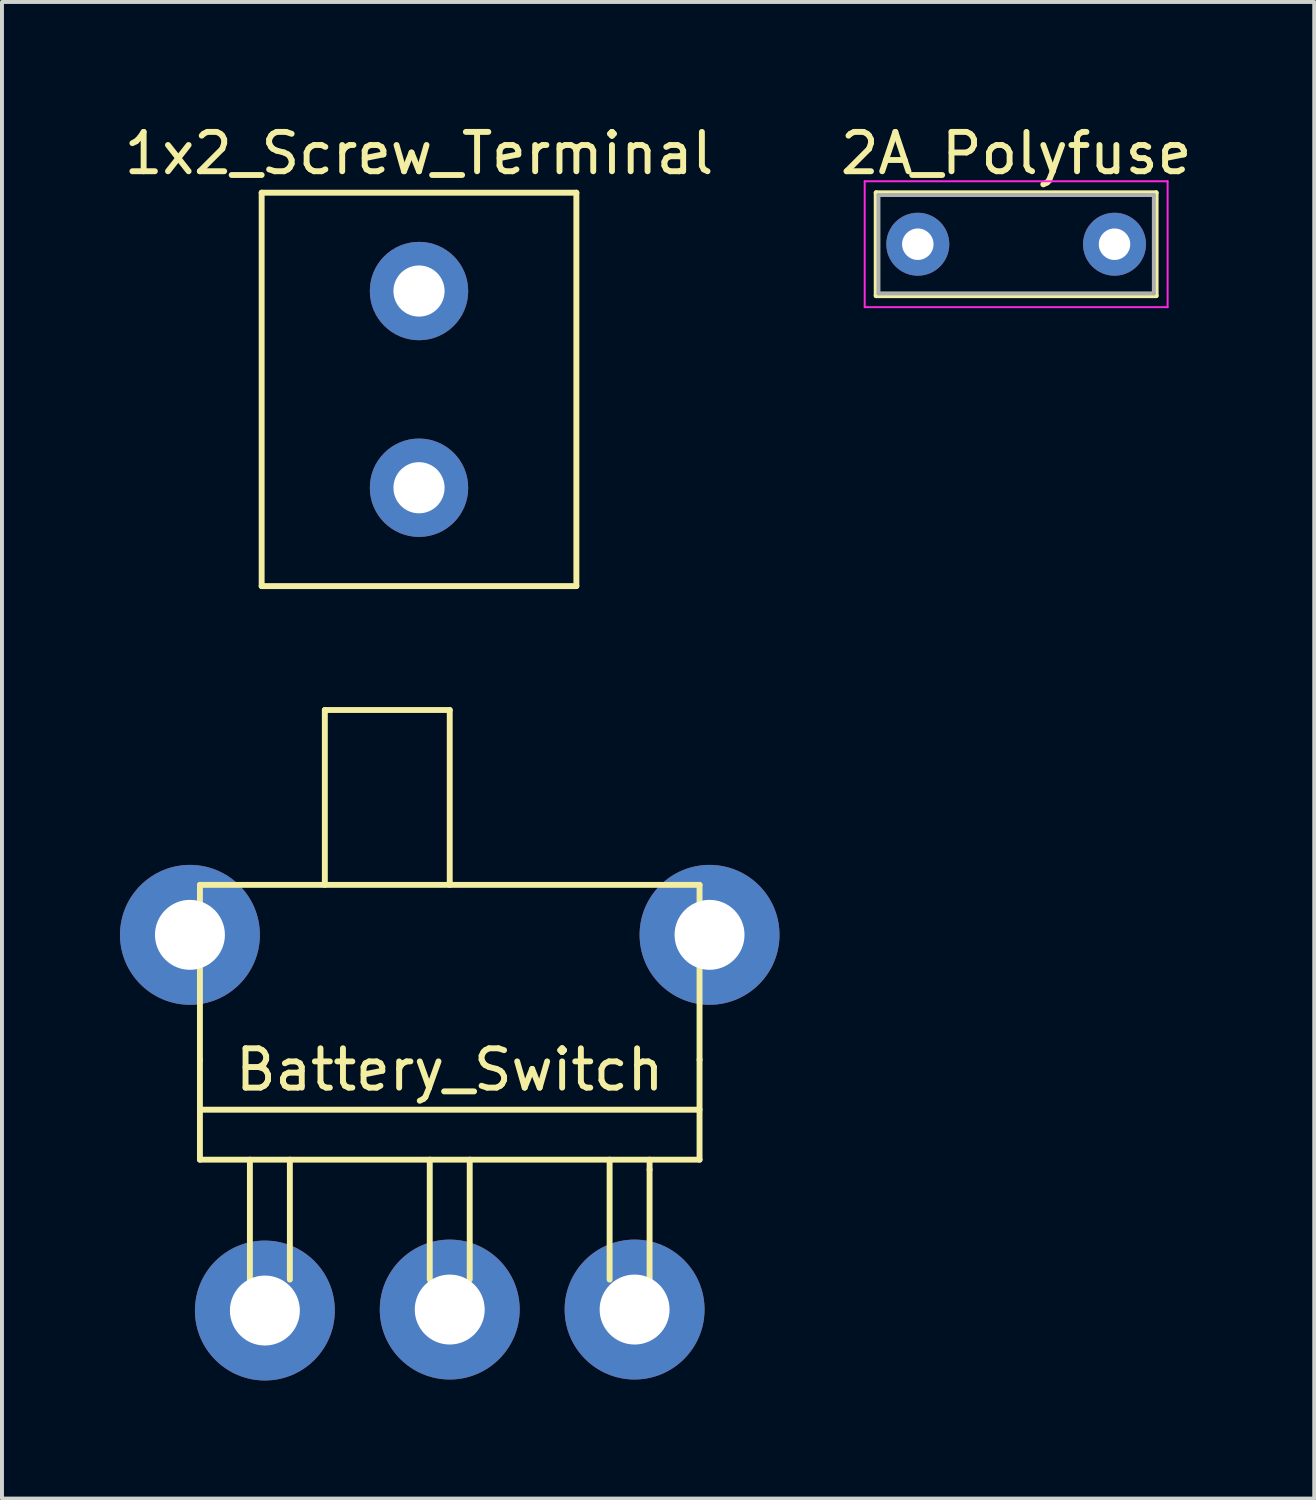
<source format=kicad_pcb>
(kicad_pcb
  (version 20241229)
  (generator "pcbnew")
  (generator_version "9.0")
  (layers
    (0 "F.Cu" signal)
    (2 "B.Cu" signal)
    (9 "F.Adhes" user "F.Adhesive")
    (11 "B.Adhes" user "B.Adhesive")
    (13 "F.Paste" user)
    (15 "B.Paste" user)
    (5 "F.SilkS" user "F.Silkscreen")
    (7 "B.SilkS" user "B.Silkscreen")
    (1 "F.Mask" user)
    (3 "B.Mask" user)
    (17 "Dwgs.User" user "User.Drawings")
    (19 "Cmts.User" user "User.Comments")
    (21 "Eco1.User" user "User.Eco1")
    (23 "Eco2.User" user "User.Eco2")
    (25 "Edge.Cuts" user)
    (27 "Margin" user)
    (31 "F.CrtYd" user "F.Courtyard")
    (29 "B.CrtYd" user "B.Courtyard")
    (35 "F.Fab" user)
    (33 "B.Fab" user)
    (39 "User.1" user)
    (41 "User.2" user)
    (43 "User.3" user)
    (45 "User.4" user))
  (footprint "Battery_Switch"
    (layer "F.Cu")
    (at 8.382 30.238)
    (property "Reference" "Battery_Switch" (at 0 -6.096 0) (layer "F.SilkS") (effects (font (size 1 1) (thickness 0.15))))
    (attr through_hole)
    (fp_line (start -6.35 -10.795) (end -6.35 -6.35) (stroke (width 0.15) (type solid)) (layer "F.SilkS"))
    (fp_line (start -6.35 -6.35) (end -6.35 -3.81) (stroke (width 0.15) (type solid)) (layer "F.SilkS"))
    (fp_line (start -6.35 -5.08) (end 6.35 -5.08) (stroke (width 0.15) (type solid)) (layer "F.SilkS"))
    (fp_line (start -6.35 -3.81) (end 6.35 -3.81) (stroke (width 0.15) (type solid)) (layer "F.SilkS"))
    (fp_line (start -5.08 -3.81) (end -5.08 -0.762) (stroke (width 0.15) (type solid)) (layer "F.SilkS"))
    (fp_line (start -4.064 -3.81) (end -4.064 -0.762) (stroke (width 0.15) (type solid)) (layer "F.SilkS"))
    (fp_line (start -3.175 -15.24) (end -3.175 -10.795) (stroke (width 0.15) (type solid)) (layer "F.SilkS"))
    (fp_line (start -0.508 -3.81) (end -0.508 -0.762) (stroke (width 0.15) (type solid)) (layer "F.SilkS"))
    (fp_line (start 0 -15.24) (end -3.175 -15.24) (stroke (width 0.15) (type solid)) (layer "F.SilkS"))
    (fp_line (start 0 -15.24) (end 0 -10.795) (stroke (width 0.15) (type solid)) (layer "F.SilkS"))
    (fp_line (start 0.508 -3.81) (end 0.508 -0.762) (stroke (width 0.15) (type solid)) (layer "F.SilkS"))
    (fp_line (start 4.064 -3.81) (end 4.064 -0.762) (stroke (width 0.15) (type solid)) (layer "F.SilkS"))
    (fp_line (start 5.08 -3.556) (end 5.08 -3.81) (stroke (width 0.15) (type solid)) (layer "F.SilkS"))
    (fp_line (start 5.08 -3.556) (end 5.08 -0.762) (stroke (width 0.15) (type solid)) (layer "F.SilkS"))
    (fp_line (start 6.35 -10.795) (end -6.35 -10.795) (stroke (width 0.15) (type solid)) (layer "F.SilkS"))
    (fp_line (start 6.35 -10.795) (end 6.35 -6.35) (stroke (width 0.15) (type solid)) (layer "F.SilkS"))
    (fp_line (start 6.35 -3.81) (end 6.35 -6.35) (stroke (width 0.15) (type solid)) (layer "F.SilkS"))
    (pad "1" thru_hole circle (at -4.699 0.025) (size 3.556 3.556) (drill 1.778) (layers "*.Cu" "*.Mask"))
    (pad "2" thru_hole circle (at 0 0) (size 3.556 3.556) (drill 1.778) (layers "*.Cu" "*.Mask"))
    (pad "3" thru_hole circle (at 4.699 0) (size 3.556 3.556) (drill 1.778) (layers "*.Cu" "*.Mask"))
    (pad "4" thru_hole circle (at -6.604 -9.525) (size 3.556 3.556) (drill 1.778) (layers "*.Cu" "*.Mask"))
    (pad "4" thru_hole circle (at 6.604 -9.525) (size 3.556 3.556) (drill 1.778) (layers "*.Cu" "*.Mask")))
  (footprint "1x2_Screw_Terminal"
    (layer "F.Cu")
    (at 7.601 6.848)
    (property "Reference" "1x2_Screw_Terminal" (at 0 -6 0) (layer "F.SilkS") (effects (font (size 1 1) (thickness 0.15))))
    (attr through_hole)
    (fp_line (start -4 -5) (end 4 -5) (stroke (width 0.15) (type solid)) (layer "F.SilkS"))
    (fp_line (start -4 5) (end -4 -5) (stroke (width 0.15) (type solid)) (layer "F.SilkS"))
    (fp_line (start 4 -5) (end 4 5) (stroke (width 0.15) (type solid)) (layer "F.SilkS"))
    (fp_line (start 4 5) (end -4 5) (stroke (width 0.15) (type solid)) (layer "F.SilkS"))
    (pad "1" thru_hole circle (at 0 -2.5) (size 2.5 2.5) (drill 1.3) (layers "*.Cu" "*.Mask"))
    (pad "2" thru_hole circle (at 0 2.5) (size 2.5 2.5) (drill 1.3) (layers "*.Cu" "*.Mask")))
  (footprint "2A_Polyfuse"
    (layer "F.Cu")
    (at 20.28 3.158)
    (property "Reference" "2A_Polyfuse" (at 2.5 -2.31 0) (layer "F.SilkS") (effects (font (size 1 1) (thickness 0.15))))
    (attr through_hole)
    (fp_line (start -1.06 -1.31) (end -1.06 1.31) (stroke (width 0.12) (type solid)) (layer "F.SilkS"))
    (fp_line (start -1.06 -1.31) (end 6.06 -1.31) (stroke (width 0.12) (type solid)) (layer "F.SilkS"))
    (fp_line (start -1.06 1.31) (end 6.06 1.31) (stroke (width 0.12) (type solid)) (layer "F.SilkS"))
    (fp_line (start 6.06 -1.31) (end 6.06 1.31) (stroke (width 0.12) (type solid)) (layer "F.SilkS"))
    (fp_line (start -1.35 -1.6) (end -1.35 1.6) (stroke (width 0.05) (type solid)) (layer "F.CrtYd"))
    (fp_line (start -1.35 1.6) (end 6.35 1.6) (stroke (width 0.05) (type solid)) (layer "F.CrtYd"))
    (fp_line (start 6.35 -1.6) (end -1.35 -1.6) (stroke (width 0.05) (type solid)) (layer "F.CrtYd"))
    (fp_line (start 6.35 1.6) (end 6.35 -1.6) (stroke (width 0.05) (type solid)) (layer "F.CrtYd"))
    (fp_line (start -1 -1.25) (end -1 1.25) (stroke (width 0.1) (type solid)) (layer "F.Fab"))
    (fp_line (start -1 1.25) (end 6 1.25) (stroke (width 0.1) (type solid)) (layer "F.Fab"))
    (fp_line (start 6 -1.25) (end -1 -1.25) (stroke (width 0.1) (type solid)) (layer "F.Fab"))
    (fp_line (start 6 1.25) (end 6 -1.25) (stroke (width 0.1) (type solid)) (layer "F.Fab"))
    (pad "1" thru_hole circle (at 0 0) (size 1.6 1.6) (drill 0.8) (layers "*.Cu" "*.Mask"))
    (pad "2" thru_hole circle (at 5 0) (size 1.6 1.6) (drill 0.8) (layers "*.Cu" "*.Mask")))
  (gr_rect
    (start -3 -3)
    (end 30.357 35.042)
    (stroke (width 0.1) (type default))
    (fill no)
    (layer "Edge.Cuts")))
</source>
